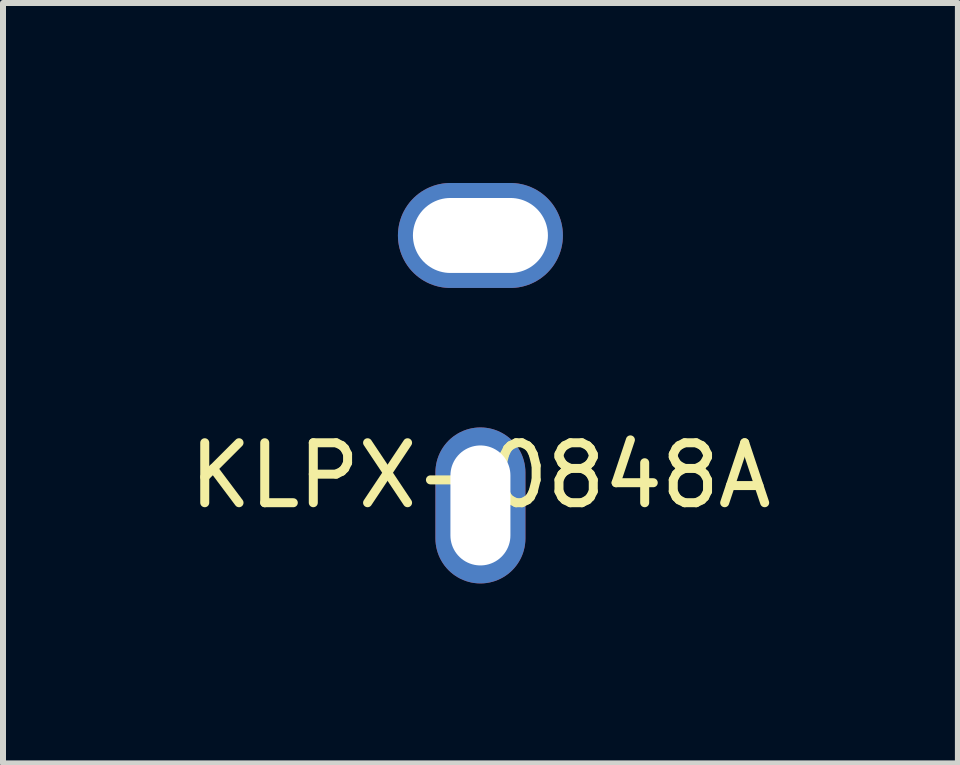
<source format=kicad_pcb>
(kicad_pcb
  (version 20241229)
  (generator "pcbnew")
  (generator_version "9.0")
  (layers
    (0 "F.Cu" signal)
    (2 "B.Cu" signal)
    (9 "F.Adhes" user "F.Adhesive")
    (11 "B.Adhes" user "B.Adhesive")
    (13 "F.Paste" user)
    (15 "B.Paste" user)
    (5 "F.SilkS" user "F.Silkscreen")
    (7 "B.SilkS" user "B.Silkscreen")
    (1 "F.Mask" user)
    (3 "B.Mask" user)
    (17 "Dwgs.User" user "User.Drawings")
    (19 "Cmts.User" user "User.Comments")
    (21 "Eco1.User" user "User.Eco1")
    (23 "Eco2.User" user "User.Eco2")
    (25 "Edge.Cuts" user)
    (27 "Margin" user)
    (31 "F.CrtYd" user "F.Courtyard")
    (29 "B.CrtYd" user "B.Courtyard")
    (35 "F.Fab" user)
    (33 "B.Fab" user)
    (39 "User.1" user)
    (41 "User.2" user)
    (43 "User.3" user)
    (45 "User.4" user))
  (footprint "KLPX-0848A"
    (layer "F.Cu")
    (at 4.958 5.375)
    (property "Reference" "KLPX-0848A" (at 0 -0.5 0) (unlocked yes) (layer "F.SilkS") (effects (font (size 1 1) (thickness 0.15))))
    (attr through_hole)
    (pad "1" thru_hole oval (at 0 0) (size 1.5 2.6) (drill oval 1 2) (layers "*.Cu" "*.Mask"))
    (pad "2" thru_hole oval (at 0 -4.5) (size 2.75 1.75) (drill oval 2.25 1.25) (layers "*.Cu" "*.Mask")))
  (gr_rect
    (start -3 -3)
    (end 12.917 9.675)
    (stroke (width 0.1) (type default))
    (fill no)
    (layer "Edge.Cuts")))
</source>
